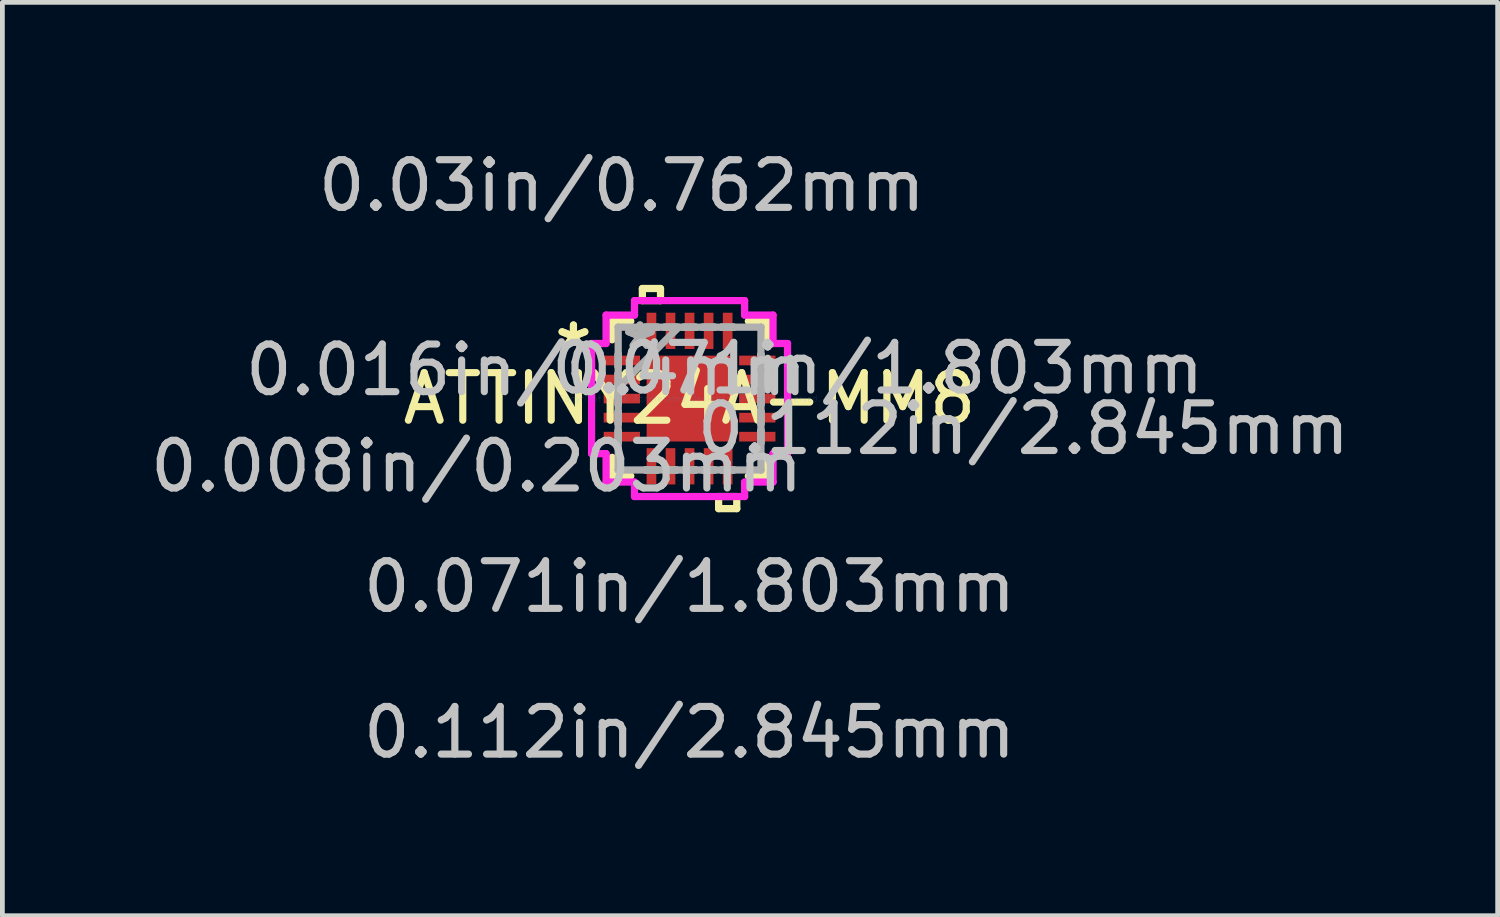
<source format=kicad_pcb>
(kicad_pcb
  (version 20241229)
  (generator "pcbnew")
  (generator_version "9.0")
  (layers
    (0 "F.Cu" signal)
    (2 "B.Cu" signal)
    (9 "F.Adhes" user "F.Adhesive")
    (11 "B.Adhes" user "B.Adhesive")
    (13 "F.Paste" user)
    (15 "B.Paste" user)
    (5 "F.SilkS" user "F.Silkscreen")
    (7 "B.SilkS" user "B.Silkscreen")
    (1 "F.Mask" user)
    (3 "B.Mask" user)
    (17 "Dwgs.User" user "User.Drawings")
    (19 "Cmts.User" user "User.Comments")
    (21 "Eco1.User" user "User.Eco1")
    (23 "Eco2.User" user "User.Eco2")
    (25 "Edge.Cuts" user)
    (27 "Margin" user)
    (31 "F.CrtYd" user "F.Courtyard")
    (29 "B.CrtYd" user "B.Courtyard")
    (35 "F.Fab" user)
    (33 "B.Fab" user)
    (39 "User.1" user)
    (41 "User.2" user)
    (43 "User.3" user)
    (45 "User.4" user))
  (footprint "ATTINY24A-MM8"
    (layer "F.Cu")
    (at 11.429 5.319)
    (property "Reference" "ATTINY24A-MM8" (at 0 0 0) (layer "F.SilkS") (effects (font (size 1 1) (thickness 0.15))))
    (attr through_hole)
    (fp_line (start -1.626 -1.626) (end -1.626 -1.234) (stroke (width 0.152) (type solid)) (layer "F.SilkS"))
    (fp_line (start -1.626 1.234) (end -1.626 1.626) (stroke (width 0.152) (type solid)) (layer "F.SilkS"))
    (fp_line (start -1.626 1.626) (end -1.234 1.626) (stroke (width 0.152) (type solid)) (layer "F.SilkS"))
    (fp_line (start -1.234 -1.626) (end -1.626 -1.626) (stroke (width 0.152) (type solid)) (layer "F.SilkS"))
    (fp_line (start -0.991 -2.311) (end -0.61 -2.311) (stroke (width 0.152) (type solid)) (layer "F.SilkS"))
    (fp_line (start -0.991 -2.057) (end -0.991 -2.311) (stroke (width 0.152) (type solid)) (layer "F.SilkS"))
    (fp_line (start -0.61 -2.311) (end -0.61 -2.057) (stroke (width 0.152) (type solid)) (layer "F.SilkS"))
    (fp_line (start -0.61 -2.057) (end -0.991 -2.057) (stroke (width 0.152) (type solid)) (layer "F.SilkS"))
    (fp_line (start 0.61 2.057) (end 0.61 2.311) (stroke (width 0.152) (type solid)) (layer "F.SilkS"))
    (fp_line (start 0.61 2.311) (end 0.991 2.311) (stroke (width 0.152) (type solid)) (layer "F.SilkS"))
    (fp_line (start 0.991 2.057) (end 0.61 2.057) (stroke (width 0.152) (type solid)) (layer "F.SilkS"))
    (fp_line (start 0.991 2.311) (end 0.991 2.057) (stroke (width 0.152) (type solid)) (layer "F.SilkS"))
    (fp_line (start 1.234 1.626) (end 1.626 1.626) (stroke (width 0.152) (type solid)) (layer "F.SilkS"))
    (fp_line (start 1.626 -1.626) (end 1.234 -1.626) (stroke (width 0.152) (type solid)) (layer "F.SilkS"))
    (fp_line (start 1.626 -1.234) (end 1.626 -1.626) (stroke (width 0.152) (type solid)) (layer "F.SilkS"))
    (fp_line (start 1.626 1.626) (end 1.626 1.234) (stroke (width 0.152) (type solid)) (layer "F.SilkS"))
    (fp_line (start -2.057 -1.156) (end -1.753 -1.156) (stroke (width 0.152) (type solid)) (layer "F.CrtYd"))
    (fp_line (start -2.057 1.156) (end -2.057 -1.156) (stroke (width 0.152) (type solid)) (layer "F.CrtYd"))
    (fp_line (start -1.753 -1.753) (end -1.156 -1.753) (stroke (width 0.152) (type solid)) (layer "F.CrtYd"))
    (fp_line (start -1.753 -1.156) (end -1.753 -1.753) (stroke (width 0.152) (type solid)) (layer "F.CrtYd"))
    (fp_line (start -1.753 1.156) (end -2.057 1.156) (stroke (width 0.152) (type solid)) (layer "F.CrtYd"))
    (fp_line (start -1.753 1.753) (end -1.753 1.156) (stroke (width 0.152) (type solid)) (layer "F.CrtYd"))
    (fp_line (start -1.156 -2.057) (end 1.156 -2.057) (stroke (width 0.152) (type solid)) (layer "F.CrtYd"))
    (fp_line (start -1.156 -1.753) (end -1.156 -2.057) (stroke (width 0.152) (type solid)) (layer "F.CrtYd"))
    (fp_line (start -1.156 1.753) (end -1.753 1.753) (stroke (width 0.152) (type solid)) (layer "F.CrtYd"))
    (fp_line (start -1.156 2.057) (end -1.156 1.753) (stroke (width 0.152) (type solid)) (layer "F.CrtYd"))
    (fp_line (start 1.156 -2.057) (end 1.156 -1.753) (stroke (width 0.152) (type solid)) (layer "F.CrtYd"))
    (fp_line (start 1.156 -1.753) (end 1.753 -1.753) (stroke (width 0.152) (type solid)) (layer "F.CrtYd"))
    (fp_line (start 1.156 1.753) (end 1.156 2.057) (stroke (width 0.152) (type solid)) (layer "F.CrtYd"))
    (fp_line (start 1.156 2.057) (end -1.156 2.057) (stroke (width 0.152) (type solid)) (layer "F.CrtYd"))
    (fp_line (start 1.753 -1.753) (end 1.753 -1.156) (stroke (width 0.152) (type solid)) (layer "F.CrtYd"))
    (fp_line (start 1.753 -1.156) (end 2.057 -1.156) (stroke (width 0.152) (type solid)) (layer "F.CrtYd"))
    (fp_line (start 1.753 1.156) (end 1.753 1.753) (stroke (width 0.152) (type solid)) (layer "F.CrtYd"))
    (fp_line (start 1.753 1.753) (end 1.156 1.753) (stroke (width 0.152) (type solid)) (layer "F.CrtYd"))
    (fp_line (start 2.057 -1.156) (end 2.057 1.156) (stroke (width 0.152) (type solid)) (layer "F.CrtYd"))
    (fp_line (start 2.057 1.156) (end 1.753 1.156) (stroke (width 0.152) (type solid)) (layer "F.CrtYd"))
    (fp_line (start -1.499 -1.499) (end -1.499 -1.499) (stroke (width 0.152) (type solid)) (layer "F.Fab"))
    (fp_line (start -1.499 -1.499) (end -1.499 1.499) (stroke (width 0.152) (type solid)) (layer "F.Fab"))
    (fp_line (start -1.499 -0.927) (end -1.499 -0.927) (stroke (width 0.152) (type solid)) (layer "F.Fab"))
    (fp_line (start -1.499 -0.927) (end -1.499 -0.673) (stroke (width 0.152) (type solid)) (layer "F.Fab"))
    (fp_line (start -1.499 -0.673) (end -1.499 -0.927) (stroke (width 0.152) (type solid)) (layer "F.Fab"))
    (fp_line (start -1.499 -0.673) (end -1.499 -0.673) (stroke (width 0.152) (type solid)) (layer "F.Fab"))
    (fp_line (start -1.499 -0.527) (end -1.499 -0.527) (stroke (width 0.152) (type solid)) (layer "F.Fab"))
    (fp_line (start -1.499 -0.527) (end -1.499 -0.273) (stroke (width 0.152) (type solid)) (layer "F.Fab"))
    (fp_line (start -1.499 -0.273) (end -1.499 -0.527) (stroke (width 0.152) (type solid)) (layer "F.Fab"))
    (fp_line (start -1.499 -0.273) (end -1.499 -0.273) (stroke (width 0.152) (type solid)) (layer "F.Fab"))
    (fp_line (start -1.499 -0.229) (end -0.229 -1.499) (stroke (width 0.152) (type solid)) (layer "F.Fab"))
    (fp_line (start -1.499 -0.127) (end -1.499 -0.127) (stroke (width 0.152) (type solid)) (layer "F.Fab"))
    (fp_line (start -1.499 -0.127) (end -1.499 0.127) (stroke (width 0.152) (type solid)) (layer "F.Fab"))
    (fp_line (start -1.499 0.127) (end -1.499 -0.127) (stroke (width 0.152) (type solid)) (layer "F.Fab"))
    (fp_line (start -1.499 0.127) (end -1.499 0.127) (stroke (width 0.152) (type solid)) (layer "F.Fab"))
    (fp_line (start -1.499 0.273) (end -1.499 0.273) (stroke (width 0.152) (type solid)) (layer "F.Fab"))
    (fp_line (start -1.499 0.273) (end -1.499 0.527) (stroke (width 0.152) (type solid)) (layer "F.Fab"))
    (fp_line (start -1.499 0.527) (end -1.499 0.273) (stroke (width 0.152) (type solid)) (layer "F.Fab"))
    (fp_line (start -1.499 0.527) (end -1.499 0.527) (stroke (width 0.152) (type solid)) (layer "F.Fab"))
    (fp_line (start -1.499 0.673) (end -1.499 0.673) (stroke (width 0.152) (type solid)) (layer "F.Fab"))
    (fp_line (start -1.499 0.673) (end -1.499 0.927) (stroke (width 0.152) (type solid)) (layer "F.Fab"))
    (fp_line (start -1.499 0.927) (end -1.499 0.673) (stroke (width 0.152) (type solid)) (layer "F.Fab"))
    (fp_line (start -1.499 0.927) (end -1.499 0.927) (stroke (width 0.152) (type solid)) (layer "F.Fab"))
    (fp_line (start -1.499 1.499) (end -1.499 1.499) (stroke (width 0.152) (type solid)) (layer "F.Fab"))
    (fp_line (start -1.499 1.499) (end 1.499 1.499) (stroke (width 0.152) (type solid)) (layer "F.Fab"))
    (fp_line (start -0.927 -1.499) (end -0.927 -1.499) (stroke (width 0.152) (type solid)) (layer "F.Fab"))
    (fp_line (start -0.927 -1.499) (end -0.673 -1.499) (stroke (width 0.152) (type solid)) (layer "F.Fab"))
    (fp_line (start -0.927 1.499) (end -0.927 1.499) (stroke (width 0.152) (type solid)) (layer "F.Fab"))
    (fp_line (start -0.927 1.499) (end -0.673 1.499) (stroke (width 0.152) (type solid)) (layer "F.Fab"))
    (fp_line (start -0.673 -1.499) (end -0.927 -1.499) (stroke (width 0.152) (type solid)) (layer "F.Fab"))
    (fp_line (start -0.673 -1.499) (end -0.673 -1.499) (stroke (width 0.152) (type solid)) (layer "F.Fab"))
    (fp_line (start -0.673 1.499) (end -0.927 1.499) (stroke (width 0.152) (type solid)) (layer "F.Fab"))
    (fp_line (start -0.673 1.499) (end -0.673 1.499) (stroke (width 0.152) (type solid)) (layer "F.Fab"))
    (fp_line (start -0.527 -1.499) (end -0.527 -1.499) (stroke (width 0.152) (type solid)) (layer "F.Fab"))
    (fp_line (start -0.527 -1.499) (end -0.273 -1.499) (stroke (width 0.152) (type solid)) (layer "F.Fab"))
    (fp_line (start -0.527 1.499) (end -0.527 1.499) (stroke (width 0.152) (type solid)) (layer "F.Fab"))
    (fp_line (start -0.527 1.499) (end -0.273 1.499) (stroke (width 0.152) (type solid)) (layer "F.Fab"))
    (fp_line (start -0.273 -1.499) (end -0.527 -1.499) (stroke (width 0.152) (type solid)) (layer "F.Fab"))
    (fp_line (start -0.273 -1.499) (end -0.273 -1.499) (stroke (width 0.152) (type solid)) (layer "F.Fab"))
    (fp_line (start -0.273 1.499) (end -0.527 1.499) (stroke (width 0.152) (type solid)) (layer "F.Fab"))
    (fp_line (start -0.273 1.499) (end -0.273 1.499) (stroke (width 0.152) (type solid)) (layer "F.Fab"))
    (fp_line (start -0.127 -1.499) (end -0.127 -1.499) (stroke (width 0.152) (type solid)) (layer "F.Fab"))
    (fp_line (start -0.127 -1.499) (end 0.127 -1.499) (stroke (width 0.152) (type solid)) (layer "F.Fab"))
    (fp_line (start -0.127 1.499) (end -0.127 1.499) (stroke (width 0.152) (type solid)) (layer "F.Fab"))
    (fp_line (start -0.127 1.499) (end 0.127 1.499) (stroke (width 0.152) (type solid)) (layer "F.Fab"))
    (fp_line (start 0.127 -1.499) (end -0.127 -1.499) (stroke (width 0.152) (type solid)) (layer "F.Fab"))
    (fp_line (start 0.127 -1.499) (end 0.127 -1.499) (stroke (width 0.152) (type solid)) (layer "F.Fab"))
    (fp_line (start 0.127 1.499) (end -0.127 1.499) (stroke (width 0.152) (type solid)) (layer "F.Fab"))
    (fp_line (start 0.127 1.499) (end 0.127 1.499) (stroke (width 0.152) (type solid)) (layer "F.Fab"))
    (fp_line (start 0.273 -1.499) (end 0.273 -1.499) (stroke (width 0.152) (type solid)) (layer "F.Fab"))
    (fp_line (start 0.273 -1.499) (end 0.527 -1.499) (stroke (width 0.152) (type solid)) (layer "F.Fab"))
    (fp_line (start 0.273 1.499) (end 0.273 1.499) (stroke (width 0.152) (type solid)) (layer "F.Fab"))
    (fp_line (start 0.273 1.499) (end 0.527 1.499) (stroke (width 0.152) (type solid)) (layer "F.Fab"))
    (fp_line (start 0.527 -1.499) (end 0.273 -1.499) (stroke (width 0.152) (type solid)) (layer "F.Fab"))
    (fp_line (start 0.527 -1.499) (end 0.527 -1.499) (stroke (width 0.152) (type solid)) (layer "F.Fab"))
    (fp_line (start 0.527 1.499) (end 0.273 1.499) (stroke (width 0.152) (type solid)) (layer "F.Fab"))
    (fp_line (start 0.527 1.499) (end 0.527 1.499) (stroke (width 0.152) (type solid)) (layer "F.Fab"))
    (fp_line (start 0.673 -1.499) (end 0.673 -1.499) (stroke (width 0.152) (type solid)) (layer "F.Fab"))
    (fp_line (start 0.673 -1.499) (end 0.927 -1.499) (stroke (width 0.152) (type solid)) (layer "F.Fab"))
    (fp_line (start 0.673 1.499) (end 0.673 1.499) (stroke (width 0.152) (type solid)) (layer "F.Fab"))
    (fp_line (start 0.673 1.499) (end 0.927 1.499) (stroke (width 0.152) (type solid)) (layer "F.Fab"))
    (fp_line (start 0.927 -1.499) (end 0.673 -1.499) (stroke (width 0.152) (type solid)) (layer "F.Fab"))
    (fp_line (start 0.927 -1.499) (end 0.927 -1.499) (stroke (width 0.152) (type solid)) (layer "F.Fab"))
    (fp_line (start 0.927 1.499) (end 0.673 1.499) (stroke (width 0.152) (type solid)) (layer "F.Fab"))
    (fp_line (start 0.927 1.499) (end 0.927 1.499) (stroke (width 0.152) (type solid)) (layer "F.Fab"))
    (fp_line (start 1.499 -1.499) (end -1.499 -1.499) (stroke (width 0.152) (type solid)) (layer "F.Fab"))
    (fp_line (start 1.499 -1.499) (end 1.499 -1.499) (stroke (width 0.152) (type solid)) (layer "F.Fab"))
    (fp_line (start 1.499 -0.927) (end 1.499 -0.927) (stroke (width 0.152) (type solid)) (layer "F.Fab"))
    (fp_line (start 1.499 -0.927) (end 1.499 -0.673) (stroke (width 0.152) (type solid)) (layer "F.Fab"))
    (fp_line (start 1.499 -0.673) (end 1.499 -0.927) (stroke (width 0.152) (type solid)) (layer "F.Fab"))
    (fp_line (start 1.499 -0.673) (end 1.499 -0.673) (stroke (width 0.152) (type solid)) (layer "F.Fab"))
    (fp_line (start 1.499 -0.527) (end 1.499 -0.527) (stroke (width 0.152) (type solid)) (layer "F.Fab"))
    (fp_line (start 1.499 -0.527) (end 1.499 -0.273) (stroke (width 0.152) (type solid)) (layer "F.Fab"))
    (fp_line (start 1.499 -0.273) (end 1.499 -0.527) (stroke (width 0.152) (type solid)) (layer "F.Fab"))
    (fp_line (start 1.499 -0.273) (end 1.499 -0.273) (stroke (width 0.152) (type solid)) (layer "F.Fab"))
    (fp_line (start 1.499 -0.127) (end 1.499 -0.127) (stroke (width 0.152) (type solid)) (layer "F.Fab"))
    (fp_line (start 1.499 -0.127) (end 1.499 0.127) (stroke (width 0.152) (type solid)) (layer "F.Fab"))
    (fp_line (start 1.499 0.127) (end 1.499 -0.127) (stroke (width 0.152) (type solid)) (layer "F.Fab"))
    (fp_line (start 1.499 0.127) (end 1.499 0.127) (stroke (width 0.152) (type solid)) (layer "F.Fab"))
    (fp_line (start 1.499 0.273) (end 1.499 0.273) (stroke (width 0.152) (type solid)) (layer "F.Fab"))
    (fp_line (start 1.499 0.273) (end 1.499 0.527) (stroke (width 0.152) (type solid)) (layer "F.Fab"))
    (fp_line (start 1.499 0.527) (end 1.499 0.273) (stroke (width 0.152) (type solid)) (layer "F.Fab"))
    (fp_line (start 1.499 0.527) (end 1.499 0.527) (stroke (width 0.152) (type solid)) (layer "F.Fab"))
    (fp_line (start 1.499 0.673) (end 1.499 0.673) (stroke (width 0.152) (type solid)) (layer "F.Fab"))
    (fp_line (start 1.499 0.673) (end 1.499 0.927) (stroke (width 0.152) (type solid)) (layer "F.Fab"))
    (fp_line (start 1.499 0.927) (end 1.499 0.673) (stroke (width 0.152) (type solid)) (layer "F.Fab"))
    (fp_line (start 1.499 0.927) (end 1.499 0.927) (stroke (width 0.152) (type solid)) (layer "F.Fab"))
    (fp_line (start 1.499 1.499) (end 1.499 -1.499) (stroke (width 0.152) (type solid)) (layer "F.Fab"))
    (fp_line (start 1.499 1.499) (end 1.499 1.499) (stroke (width 0.152) (type solid)) (layer "F.Fab"))
    (fp_text user "*" (at -2.438 -1 0) (layer "F.SilkS") (effects (font (size 1 1) (thickness 0.15))))
    (fp_text user "*" (at -2.438 -1 0) (layer "F.SilkS") (effects (font (size 1 1) (thickness 0.15))))
    (fp_text user "0.03in/0.762mm" (at -1.422 -4.47 0) (layer "Dwgs.User") (effects (font (size 1 1) (thickness 0.15))))
    (fp_text user "0.016in/0.4mm" (at -3.429 -0.6 0) (layer "Dwgs.User") (effects (font (size 1 1) (thickness 0.15))))
    (fp_text user "0.112in/2.845mm" (at 7.01 0.635 0) (layer "Dwgs.User") (effects (font (size 1 1) (thickness 0.15))))
    (fp_text user "0.071in/1.803mm" (at 3.95 -0.635 0) (layer "Dwgs.User") (effects (font (size 1 1) (thickness 0.15))))
    (fp_text user "0.008in/0.203mm" (at -4.47 1.422 0) (layer "Dwgs.User") (effects (font (size 1 1) (thickness 0.15))))
    (fp_text user "0.071in/1.803mm" (at 0 3.95 0) (layer "Dwgs.User") (effects (font (size 1 1) (thickness 0.15))))
    (fp_text user "0.112in/2.845mm" (at 0 7.01 0) (layer "Dwgs.User") (effects (font (size 1 1) (thickness 0.15))))
    (fp_text user "Copyright 2016 Accelerated Designs. All rights reserved." (at 0 0 0) (layer "Cmts.User") (effects (font (size 0.127 0.127) (thickness 0.002))))
    (fp_text user "*" (at -1.041 -1 0) (layer "F.Fab") (effects (font (size 1 1) (thickness 0.15))))
    (fp_text user "*" (at -1.041 -1 0) (layer "F.Fab") (effects (font (size 1 1) (thickness 0.15))))
    (pad "1" smd rect (at -1.422 -0.8 90) (size 0.203 0.762) (layers "F.Cu" "F.Mask" "F.Paste"))
    (pad "2" smd rect (at -1.422 -0.4 90) (size 0.203 0.762) (layers "F.Cu" "F.Mask" "F.Paste"))
    (pad "3" smd rect (at -1.422 0 90) (size 0.203 0.762) (layers "F.Cu" "F.Mask" "F.Paste"))
    (pad "4" smd rect (at -1.422 0.4 90) (size 0.203 0.762) (layers "F.Cu" "F.Mask" "F.Paste"))
    (pad "5" smd rect (at -1.422 0.8 90) (size 0.203 0.762) (layers "F.Cu" "F.Mask" "F.Paste"))
    (pad "6" smd rect (at -0.8 1.422) (size 0.203 0.762) (layers "F.Cu" "F.Mask" "F.Paste"))
    (pad "7" smd rect (at -0.4 1.422) (size 0.203 0.762) (layers "F.Cu" "F.Mask" "F.Paste"))
    (pad "8" smd rect (at 0 1.422) (size 0.203 0.762) (layers "F.Cu" "F.Mask" "F.Paste"))
    (pad "9" smd rect (at 0.4 1.422) (size 0.203 0.762) (layers "F.Cu" "F.Mask" "F.Paste"))
    (pad "10" smd rect (at 0.8 1.422) (size 0.203 0.762) (layers "F.Cu" "F.Mask" "F.Paste"))
    (pad "11" smd rect (at 1.422 0.8 90) (size 0.203 0.762) (layers "F.Cu" "F.Mask" "F.Paste"))
    (pad "12" smd rect (at 1.422 0.4 90) (size 0.203 0.762) (layers "F.Cu" "F.Mask" "F.Paste"))
    (pad "13" smd rect (at 1.422 0 90) (size 0.203 0.762) (layers "F.Cu" "F.Mask" "F.Paste"))
    (pad "14" smd rect (at 1.422 -0.4 90) (size 0.203 0.762) (layers "F.Cu" "F.Mask" "F.Paste"))
    (pad "15" smd rect (at 1.422 -0.8 90) (size 0.203 0.762) (layers "F.Cu" "F.Mask" "F.Paste"))
    (pad "16" smd rect (at 0.8 -1.422) (size 0.203 0.762) (layers "F.Cu" "F.Mask" "F.Paste"))
    (pad "17" smd rect (at 0.4 -1.422) (size 0.203 0.762) (layers "F.Cu" "F.Mask" "F.Paste"))
    (pad "18" smd rect (at 0 -1.422) (size 0.203 0.762) (layers "F.Cu" "F.Mask" "F.Paste"))
    (pad "19" smd rect (at -0.4 -1.422) (size 0.203 0.762) (layers "F.Cu" "F.Mask" "F.Paste"))
    (pad "20" smd rect (at -0.8 -1.422) (size 0.203 0.762) (layers "F.Cu" "F.Mask" "F.Paste"))
    (pad "21" smd rect (at 0 0) (size 1.803 1.803) (layers "F.Cu" "F.Mask" "F.Paste")))
  (gr_rect
    (start -3 -3)
    (end 28.397 16.177)
    (stroke (width 0.1) (type default))
    (fill no)
    (layer "Edge.Cuts")))
</source>
